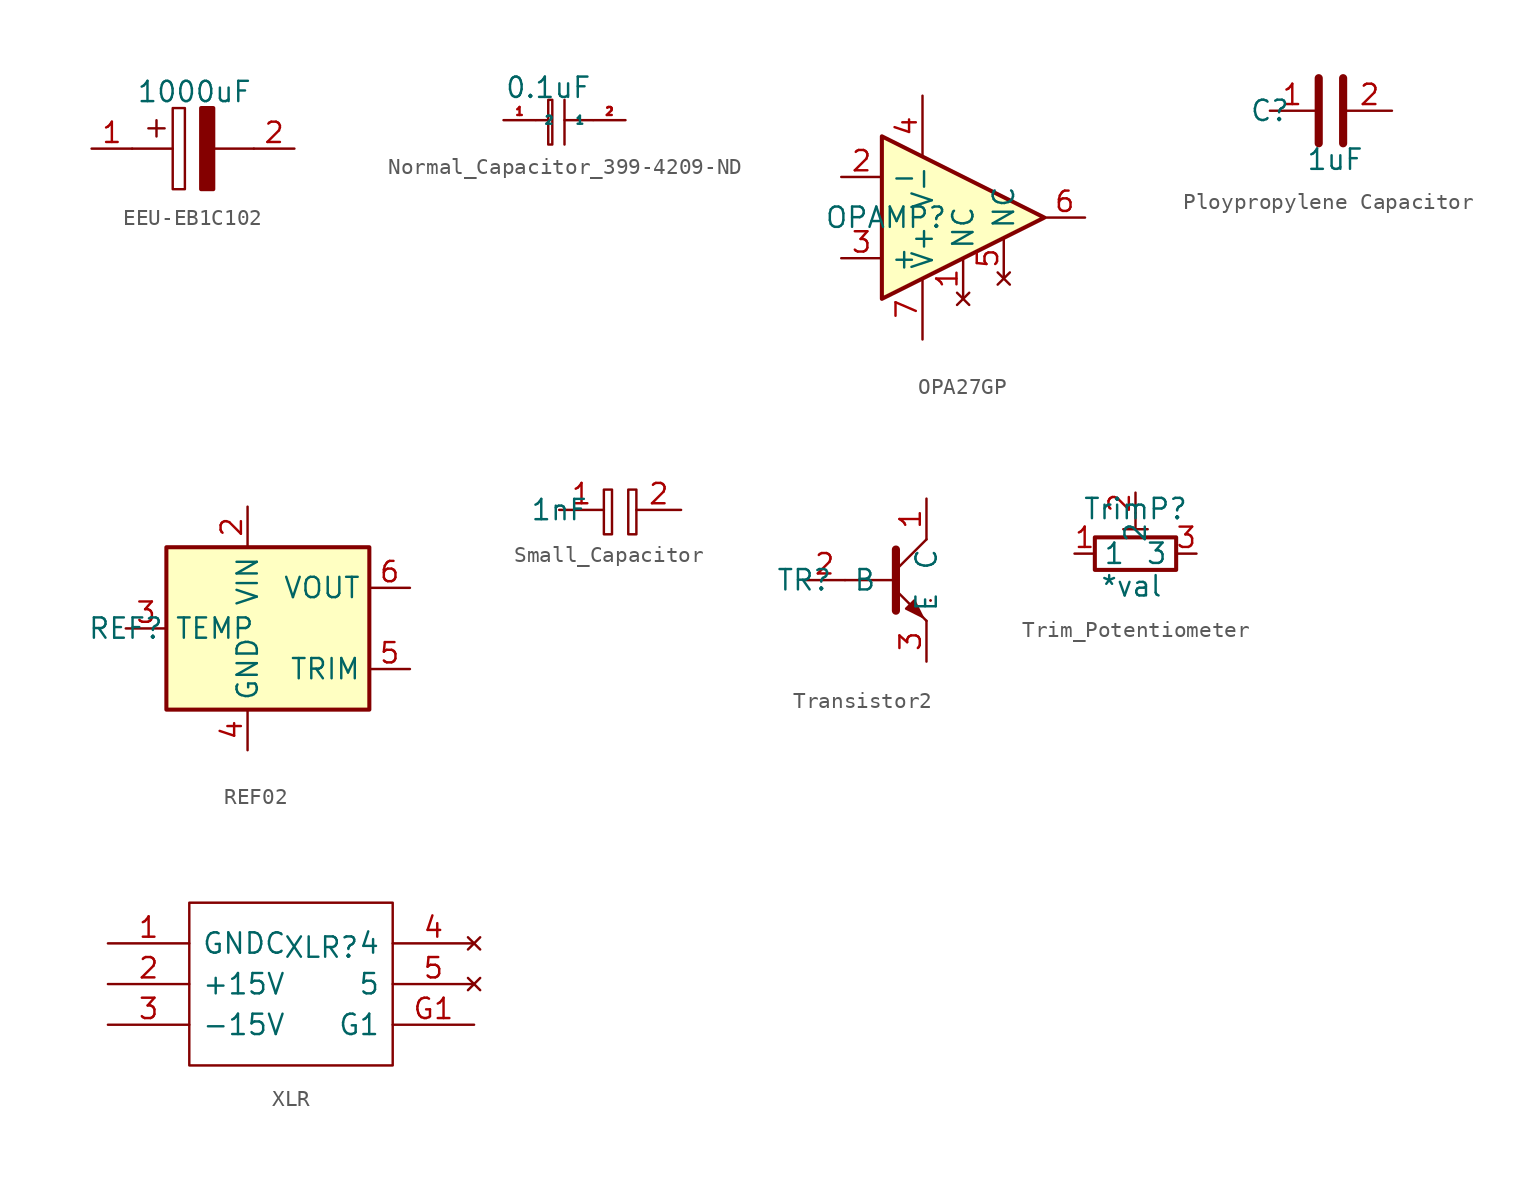
<source format=kicad_sym>
(kicad_symbol_lib
  (version 20220914)
  (generator kicad_symbol_editor)
  (symbol "EEU-EB1C102"
    (pin_names
      (offset 0.762))
    (property "Reference" "EC"
      (at 2.794 -2.54 0)
      (effects (font (size 1.27 1.27)) (justify left) hide))
    (property "Value" "1000uF"
      (at 2.794 3.556 0)
      (effects (font (size 1.27 1.27)) (justify left)))
    (symbol "EEU-EB1C102_0_0"
      (pin passive line (at 0 0 0) (length 2.54) (name "~" (effects (font (size 1.27 1.27)))) (number "1" (effects (font (size 1.27 1.27)))))
      (pin passive line (at 12.7 0 180) (length 2.54) (name "~" (effects (font (size 1.27 1.27)))) (number "2" (effects (font (size 1.27 1.27))))))
    (symbol "EEU-EB1C102_0_1"
      (polyline (pts (xy 2.54 0) (xy 5.08 0)) (stroke (width 0.152) (type solid)) (fill (type none)))
      (polyline (pts (xy 4.064 1.778) (xy 4.064 0.762)) (stroke (width 0.152) (type solid)) (fill (type none)))
      (polyline (pts (xy 4.572 1.27) (xy 3.556 1.27)) (stroke (width 0.152) (type solid)) (fill (type none)))
      (polyline (pts (xy 7.62 0) (xy 10.16 0)) (stroke (width 0.152) (type solid)) (fill (type none)))
      (polyline (pts (xy 5.08 2.54) (xy 5.08 -2.54) (xy 5.842 -2.54) (xy 5.842 2.54) (xy 5.08 2.54)) (stroke (width 0.152) (type solid)) (fill (type none)))
      (polyline (pts (xy 7.62 2.54) (xy 7.62 -2.54) (xy 6.858 -2.54) (xy 6.858 2.54) (xy 7.62 2.54)) (stroke (width 0.254) (type solid)) (fill (type outline)))))
  (symbol "Normal_Capacitor_399-4209-ND"
    (property "Reference" "NC"
      (at 0 1.778 0)
      (effects (font (size 1 1)) hide))
    (property "Value" "0.1uF"
      (at 2.794 2.032 0)
      (effects (font (size 1.27 1.27))))
    (symbol "Normal_Capacitor_399-4209-ND_0_1"
      (polyline (pts (xy 2.794 0) (xy 2.032 0)) (stroke (width 0) (type default)) (fill (type none)))
      (polyline (pts (xy 3.81 1.27) (xy 3.81 -1.524)) (stroke (width 0) (type default)) (fill (type none)))
      (polyline (pts (xy 5.588 0) (xy 3.81 0)) (stroke (width 0) (type default)) (fill (type none)))
      (rectangle (start 2.794 1.27) (end 3.048 -1.524) (stroke (width 0) (type default)) (fill (type none))))
    (symbol "Normal_Capacitor_399-4209-ND_1_1"
      (pin passive line (at 0 0 0) (length 2) (name "2" (effects (font (size 0.5 0.5)))) (number "1" (effects (font (size 0.5 0.5)))))
      (pin passive line (at 7.62 0 180) (length 2) (name "1" (effects (font (size 0.5 0.5)))) (number "2" (effects (font (size 0.5 0.5)))))))
  (symbol "OPA27GP"
    (property "Reference" "OPAMP"
      (at 2.794 2.54 0)
      (effects (font (size 1.27 1.27))))
    (symbol "OPA27GP_0_1"
      (polyline (pts (xy 12.7 2.54) (xy 2.54 7.62) (xy 2.54 -2.54) (xy 12.7 2.54)) (stroke (width 0.254) (type default)) (fill (type background))))
    (symbol "OPA27GP_1_1"
      (pin no_connect line (at 7.62 -2.54 90) (length 2.54) (name "NC" (effects (font (size 1.27 1.27)))) (number "1" (effects (font (size 1.27 1.27)))))
      (pin input line (at 0 5.08 0) (length 2.54) (name "-" (effects (font (size 1.27 1.27)))) (number "2" (effects (font (size 1.27 1.27)))))
      (pin input line (at 0 0 0) (length 2.54) (name "+" (effects (font (size 1.27 1.27)))) (number "3" (effects (font (size 1.27 1.27)))))
      (pin power_in line (at 5.08 10.16 270) (length 3.81) (name "V-" (effects (font (size 1.27 1.27)))) (number "4" (effects (font (size 1.27 1.27)))))
      (pin no_connect line (at 10.16 -1.27 90) (length 2.54) (name "NC" (effects (font (size 1.27 1.27)))) (number "5" (effects (font (size 1.27 1.27)))))
      (pin output line (at 15.24 2.54 180) (length 2.54) (name "~" (effects (font (size 1.27 1.27)))) (number "6" (effects (font (size 1.27 1.27)))))
      (pin power_in line (at 5.08 -5.08 90) (length 3.81) (name "V+" (effects (font (size 1.27 1.27)))) (number "7" (effects (font (size 1.27 1.27)))))
      (pin no_connect line (at 7.62 8.89 270) (length 3.81) hide (name "NC" (effects (font (size 1.27 1.27)))) (number "8" (effects (font (size 1.27 1.27)))))))
  (symbol "Ploypropylene Capacitor"
    (property "Reference" "C"
      (at 0 0 0)
      (effects (font (size 1.27 1.27))))
    (property "Value" "1uF"
      (at 4.064 -3.048 0)
      (effects (font (size 1.27 1.27))))
    (symbol "Ploypropylene Capacitor_0_1"
      (polyline (pts (xy 3.048 -2.032) (xy 3.048 2.032)) (stroke (width 0.508) (type default)) (fill (type none)))
      (polyline (pts (xy 4.572 -2.032) (xy 4.572 2.032)) (stroke (width 0.508) (type default)) (fill (type none))))
    (symbol "Ploypropylene Capacitor_1_1"
      (pin passive line (at 0 0 0) (length 2.794) (name "~" (effects (font (size 1.27 1.27)))) (number "1" (effects (font (size 1.27 1.27)))))
      (pin passive line (at 7.62 0 180) (length 2.794) (name "~" (effects (font (size 1.27 1.27)))) (number "2" (effects (font (size 1.27 1.27)))))))
  (symbol "REF02"
    (property "Reference" "REF"
      (at 0 0 0)
      (effects (font (size 1.27 1.27))))
    (symbol "REF02_0_1"
      (rectangle (start 2.54 5.08) (end 15.24 -5.08) (stroke (width 0.254) (type default)) (fill (type background))))
    (symbol "REF02_1_1"
      (pin no_connect line (at 10.16 -7.62 90) (length 2.54) hide (name "NC" (effects (font (size 1.27 1.27)))) (number "1" (effects (font (size 1.27 1.27)))))
      (pin power_in line (at 7.62 7.62 270) (length 2.54) (name "VIN" (effects (font (size 1.27 1.27)))) (number "2" (effects (font (size 1.27 1.27)))))
      (pin passive line (at 0 0 0) (length 2.54) (name "TEMP" (effects (font (size 1.27 1.27)))) (number "3" (effects (font (size 1.27 1.27)))))
      (pin power_in line (at 7.62 -7.62 90) (length 2.54) (name "GND" (effects (font (size 1.27 1.27)))) (number "4" (effects (font (size 1.27 1.27)))))
      (pin passive line (at 17.78 -2.54 180) (length 2.54) (name "TRIM" (effects (font (size 1.27 1.27)))) (number "5" (effects (font (size 1.27 1.27)))))
      (pin power_out line (at 17.78 2.54 180) (length 2.54) (name "VOUT" (effects (font (size 1.27 1.27)))) (number "6" (effects (font (size 1.27 1.27)))))
      (pin no_connect line (at 5.08 -7.62 90) (length 2.54) hide (name "NC" (effects (font (size 1.27 1.27)))) (number "7" (effects (font (size 1.27 1.27)))))
      (pin no_connect line (at 17.78 0 180) (length 2.54) hide (name "NC" (effects (font (size 1.27 1.27)))) (number "8" (effects (font (size 1.27 1.27)))))))
  (symbol "Small_Capacitor"
    (property "Reference" "SC"
      (at 0 0 0)
      (effects (font (size 1.27 1.27)) hide))
    (property "Value" "1nF"
      (at 0 0 0)
      (effects (font (size 1.27 1.27))))
    (symbol "Small_Capacitor_0_1"
      (rectangle (start 2.794 1.27) (end 3.302 -1.524) (stroke (width 0) (type default)) (fill (type none)))
      (rectangle (start 4.318 1.27) (end 4.826 -1.524) (stroke (width 0) (type default)) (fill (type none))))
    (symbol "Small_Capacitor_1_1"
      (pin passive line (at 0 0 0) (length 2.794) (name "~" (effects (font (size 1.27 1.27)))) (number "1" (effects (font (size 1.27 1.27)))))
      (pin passive line (at 7.62 0 180) (length 2.794) (name "~" (effects (font (size 1.27 1.27)))) (number "2" (effects (font (size 1.27 1.27)))))))
  (symbol "Transistor2"
    (property "Reference" "TR"
      (at 0 0 0)
      (effects (font (size 1.27 1.27))))
    (symbol "Transistor2_0_1"
      (polyline (pts (xy 2.54 0) (xy 5.715 0)) (stroke (width 0.152) (type default)) (fill (type none)))
      (polyline (pts (xy 5.715 0.635) (xy 7.62 2.54)) (stroke (width 0) (type default)) (fill (type none)))
      (polyline (pts (xy 7.874 -1.27) (xy 7.874 -1.27)) (stroke (width 0.152) (type default)) (fill (type none)))
      (polyline (pts (xy 7.874 -1.27) (xy 7.874 -1.27)) (stroke (width 0.152) (type default)) (fill (type none)))
      (polyline (pts (xy 5.715 -0.635) (xy 7.62 -2.54) (xy 7.62 -2.54)) (stroke (width 0) (type default)) (fill (type none)))
      (polyline (pts (xy 5.715 1.905) (xy 5.715 -1.905) (xy 5.715 -1.905)) (stroke (width 0.508) (type default)) (fill (type none)))
      (polyline (pts (xy 6.35 -1.778) (xy 6.858 -1.27) (xy 7.366 -2.286) (xy 6.35 -1.778) (xy 6.35 -1.778)) (stroke (width 0) (type default)) (fill (type outline))))
    (symbol "Transistor2_1_1"
      (pin open_collector line (at 7.62 5.08 270) (length 2.54) (name "C" (effects (font (size 1.27 1.27)))) (number "1" (effects (font (size 1.27 1.27)))))
      (pin input line (at 0 0 0) (length 2.54) (name "B" (effects (font (size 1.27 1.27)))) (number "2" (effects (font (size 1.27 1.27)))))
      (pin open_emitter line (at 7.62 -5.08 90) (length 2.54) (name "E" (effects (font (size 1.27 1.27)))) (number "3" (effects (font (size 1.27 1.27)))))))
  (symbol "Trim_Potentiometer"
    (property "Reference" "TrimP"
      (at 3.81 2.794 0)
      (effects (font (size 1.27 1.27))))
    (property "Value" "*val"
      (at 3.556 -2.032 0)
      (effects (font (size 1.27 1.27))))
    (symbol "Trim_Potentiometer_0_1"
      (polyline (pts (xy 3.048 1.524) (xy 4.572 1.524)) (stroke (width 0) (type default)) (fill (type none)))
      (polyline (pts (xy 3.81 2.54) (xy 3.81 1.524)) (stroke (width 0) (type default)) (fill (type none)))
      (rectangle (start 1.27 1.016) (end 6.35 -1.016) (stroke (width 0.254) (type default)) (fill (type none))))
    (symbol "Trim_Potentiometer_1_1"
      (pin passive line (at 0 0 0) (length 1.27) (name "1" (effects (font (size 1.27 1.27)))) (number "1" (effects (font (size 1.27 1.27)))))
      (pin passive line (at 3.81 3.81 270) (length 1.27) (name "2" (effects (font (size 1.27 1.27)))) (number "2" (effects (font (size 1.27 1.27)))))
      (pin passive line (at 7.62 0 180) (length 1.27) (name "3" (effects (font (size 1.27 1.27)))) (number "3" (effects (font (size 1.27 1.27)))))))
  (symbol "XLR"
    (pin_names
      (offset 0.762))
    (property "Reference" "XLR"
      (at 10.922 -0.254 0)
      (effects (font (size 1.27 1.27)) (justify left)))
    (symbol "XLR_0_1"
      (polyline (pts (xy 5.08 2.54) (xy 17.78 2.54) (xy 17.78 -7.62) (xy 5.08 -7.62) (xy 5.08 2.54)) (stroke (width 0.152) (type solid)) (fill (type none))))
    (symbol "XLR_1_0"
      (pin passive line (at 0 0 0) (length 5.08) (name "GNDC" (effects (font (size 1.27 1.27)))) (number "1" (effects (font (size 1.27 1.27)))))
      (pin output line (at 0 -2.54 0) (length 5.08) (name "+15V" (effects (font (size 1.27 1.27)))) (number "2" (effects (font (size 1.27 1.27)))))
      (pin output line (at 0 -5.08 0) (length 5.08) (name "-15V" (effects (font (size 1.27 1.27)))) (number "3" (effects (font (size 1.27 1.27)))))
      (pin no_connect line (at 22.86 0 180) (length 5.08) (name "4" (effects (font (size 1.27 1.27)))) (number "4" (effects (font (size 1.27 1.27)))))
      (pin no_connect line (at 22.86 -2.54 180) (length 5.08) (name "5" (effects (font (size 1.27 1.27)))) (number "5" (effects (font (size 1.27 1.27)))))
      (pin passive line (at 22.86 -5.08 180) (length 5.08) (name "G1" (effects (font (size 1.27 1.27)))) (number "G1" (effects (font (size 1.27 1.27))))))))
</source>
